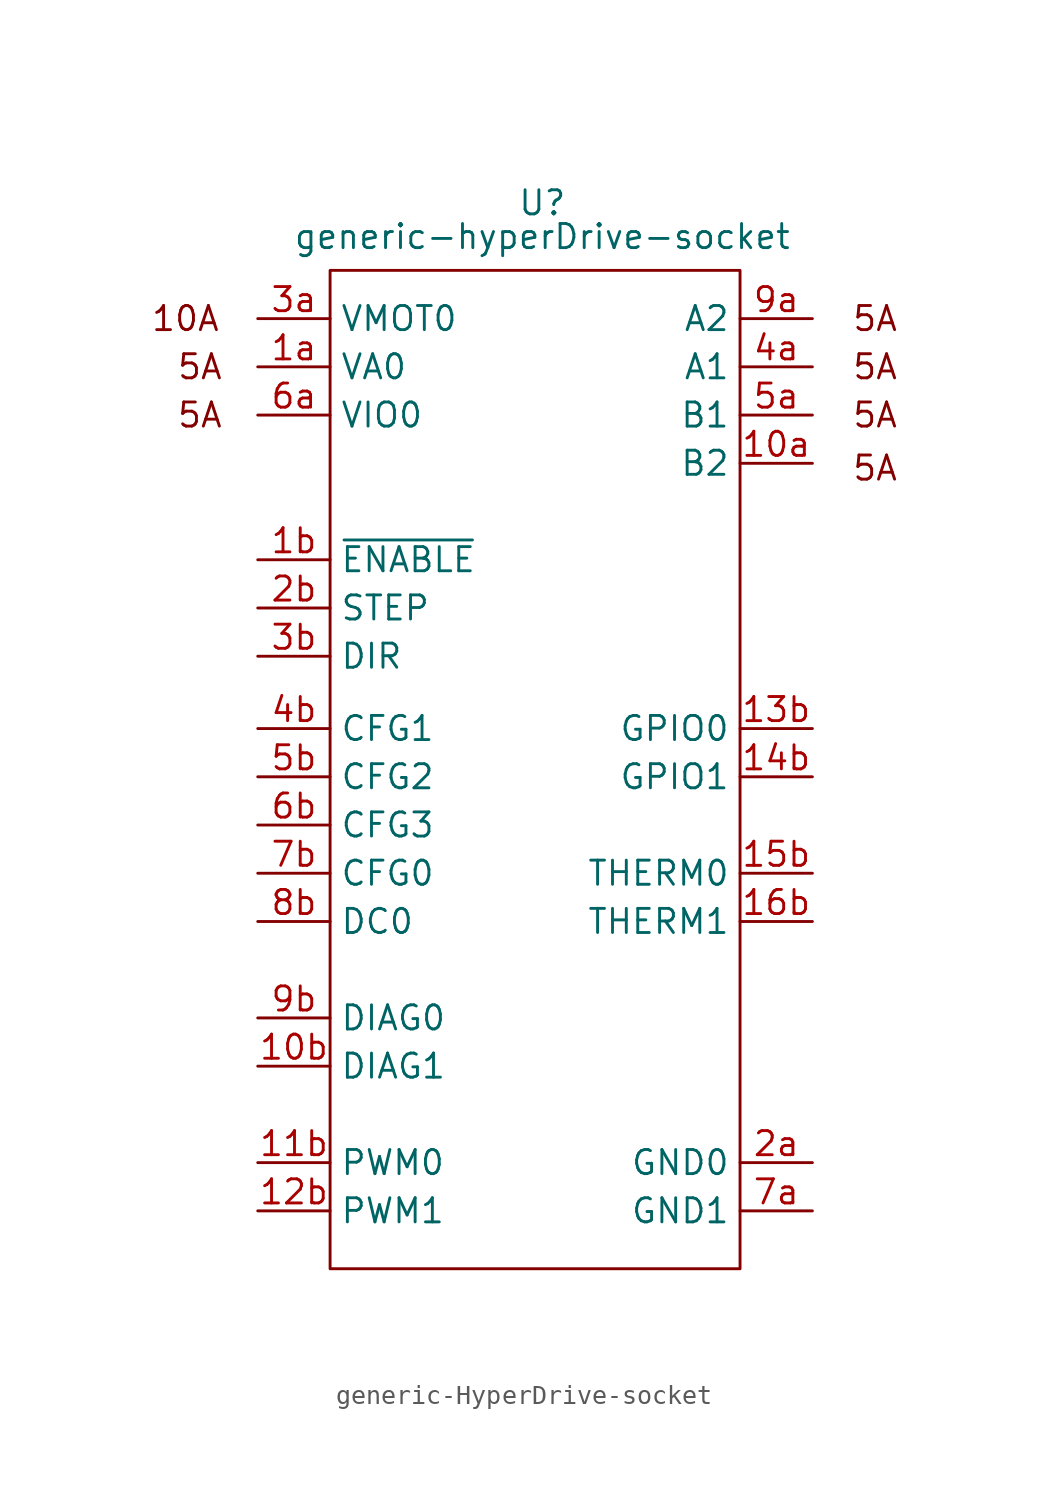
<source format=kicad_sym>
(kicad_symbol_lib
  (version 20231120)
  (generator "kicad_symbol_editor")
  (generator_version "8.0")
  (symbol "generic-HyperDrive-socket"
    (property "Reference" "U"
      (at 14.986 6.096 0)
      (effects (font (size 1.27 1.27))))
    (property "Value" "generic-hyperDrive-socket"
      (at 14.986 4.318 0)
      (effects (font (size 1.27 1.27))))
    (symbol "generic-HyperDrive-socket_0_1"
      (rectangle (start 3.81 2.54) (end 25.4 -50.038) (stroke (width 0) (type default)) (fill (type none))))
    (symbol "generic-HyperDrive-socket_1_1"
      (text "10A" (at -3.81 0 0) (effects (font (size 1.27 1.27))))
      (text "5A" (at -3.048 -5.08 0) (effects (font (size 1.27 1.27))))
      (text "5A" (at -3.048 -2.54 0) (effects (font (size 1.27 1.27))))
      (text "5A" (at 32.512 -7.874 0) (effects (font (size 1.27 1.27))))
      (text "5A" (at 32.512 -5.08 0) (effects (font (size 1.27 1.27))))
      (text "5A" (at 32.512 -2.54 0) (effects (font (size 1.27 1.27))))
      (text "5A" (at 32.512 0 0) (effects (font (size 1.27 1.27))))
      (pin output line (at 29.21 -7.62 180) (length 3.81) (name "B2" (effects (font (size 1.27 1.27)))) (number "10a" (effects (font (size 1.27 1.27)))))
      (pin input line (at 0 -39.37 0) (length 3.81) (name "DIAG1" (effects (font (size 1.27 1.27)))) (number "10b" (effects (font (size 1.27 1.27)))))
      (pin input line (at 0 -44.45 0) (length 3.81) (name "PWM0" (effects (font (size 1.27 1.27)))) (number "11b" (effects (font (size 1.27 1.27)))))
      (pin input line (at 0 -46.99 0) (length 3.81) (name "PWM1" (effects (font (size 1.27 1.27)))) (number "12b" (effects (font (size 1.27 1.27)))))
      (pin unspecified line (at 29.21 -21.59 180) (length 3.81) (name "GPIO0" (effects (font (size 1.27 1.27)))) (number "13b" (effects (font (size 1.27 1.27)))))
      (pin unspecified line (at 29.21 -24.13 180) (length 3.81) (name "GPIO1" (effects (font (size 1.27 1.27)))) (number "14b" (effects (font (size 1.27 1.27)))))
      (pin output line (at 29.21 -29.21 180) (length 3.81) (name "THERM0" (effects (font (size 1.27 1.27)))) (number "15b" (effects (font (size 1.27 1.27)))))
      (pin output line (at 29.21 -31.75 180) (length 3.81) (name "THERM1" (effects (font (size 1.27 1.27)))) (number "16b" (effects (font (size 1.27 1.27)))))
      (pin power_in line (at 0 -2.54 0) (length 3.81) (name "VA0" (effects (font (size 1.27 1.27)))) (number "1a" (effects (font (size 1.27 1.27)))))
      (pin input line (at 0 -12.7 0) (length 3.81) (name "~{ENABLE}" (effects (font (size 1.27 1.27)))) (number "1b" (effects (font (size 1.27 1.27)))))
      (pin power_in line (at 29.21 -44.45 180) (length 3.81) (name "GND0" (effects (font (size 1.27 1.27)))) (number "2a" (effects (font (size 1.27 1.27)))))
      (pin input line (at 0 -15.24 0) (length 3.81) (name "STEP" (effects (font (size 1.27 1.27)))) (number "2b" (effects (font (size 1.27 1.27)))))
      (pin power_in line (at 0 0 0) (length 3.81) (name "VMOT0" (effects (font (size 1.27 1.27)))) (number "3a" (effects (font (size 1.27 1.27)))))
      (pin input line (at 0 -17.78 0) (length 3.81) (name "DIR" (effects (font (size 1.27 1.27)))) (number "3b" (effects (font (size 1.27 1.27)))))
      (pin output line (at 29.21 -2.54 180) (length 3.81) (name "A1" (effects (font (size 1.27 1.27)))) (number "4a" (effects (font (size 1.27 1.27)))))
      (pin unspecified line (at 0 -21.59 0) (length 3.81) (name "CFG1" (effects (font (size 1.27 1.27)))) (number "4b" (effects (font (size 1.27 1.27)))))
      (pin output line (at 29.21 -5.08 180) (length 3.81) (name "B1" (effects (font (size 1.27 1.27)))) (number "5a" (effects (font (size 1.27 1.27)))))
      (pin unspecified line (at 0 -24.13 0) (length 3.81) (name "CFG2" (effects (font (size 1.27 1.27)))) (number "5b" (effects (font (size 1.27 1.27)))))
      (pin power_in line (at 0 -5.08 0) (length 3.81) (name "VIO0" (effects (font (size 1.27 1.27)))) (number "6a" (effects (font (size 1.27 1.27)))))
      (pin unspecified line (at 0 -26.67 0) (length 3.81) (name "CFG3" (effects (font (size 1.27 1.27)))) (number "6b" (effects (font (size 1.27 1.27)))))
      (pin power_in line (at 29.21 -46.99 180) (length 3.81) (name "GND1" (effects (font (size 1.27 1.27)))) (number "7a" (effects (font (size 1.27 1.27)))))
      (pin unspecified line (at 0 -29.21 0) (length 3.81) (name "CFG0" (effects (font (size 1.27 1.27)))) (number "7b" (effects (font (size 1.27 1.27)))))
      (pin power_in line (at 0 0 0) (length 3.81) hide (name "VMOT0" (effects (font (size 1.27 1.27)))) (number "8a" (effects (font (size 1.27 1.27)))))
      (pin unspecified line (at 0 -31.75 0) (length 3.81) (name "DC0" (effects (font (size 1.27 1.27)))) (number "8b" (effects (font (size 1.27 1.27)))))
      (pin output line (at 29.21 0 180) (length 3.81) (name "A2" (effects (font (size 1.27 1.27)))) (number "9a" (effects (font (size 1.27 1.27)))))
      (pin input line (at 0 -36.83 0) (length 3.81) (name "DIAG0" (effects (font (size 1.27 1.27)))) (number "9b" (effects (font (size 1.27 1.27))))))))
</source>
